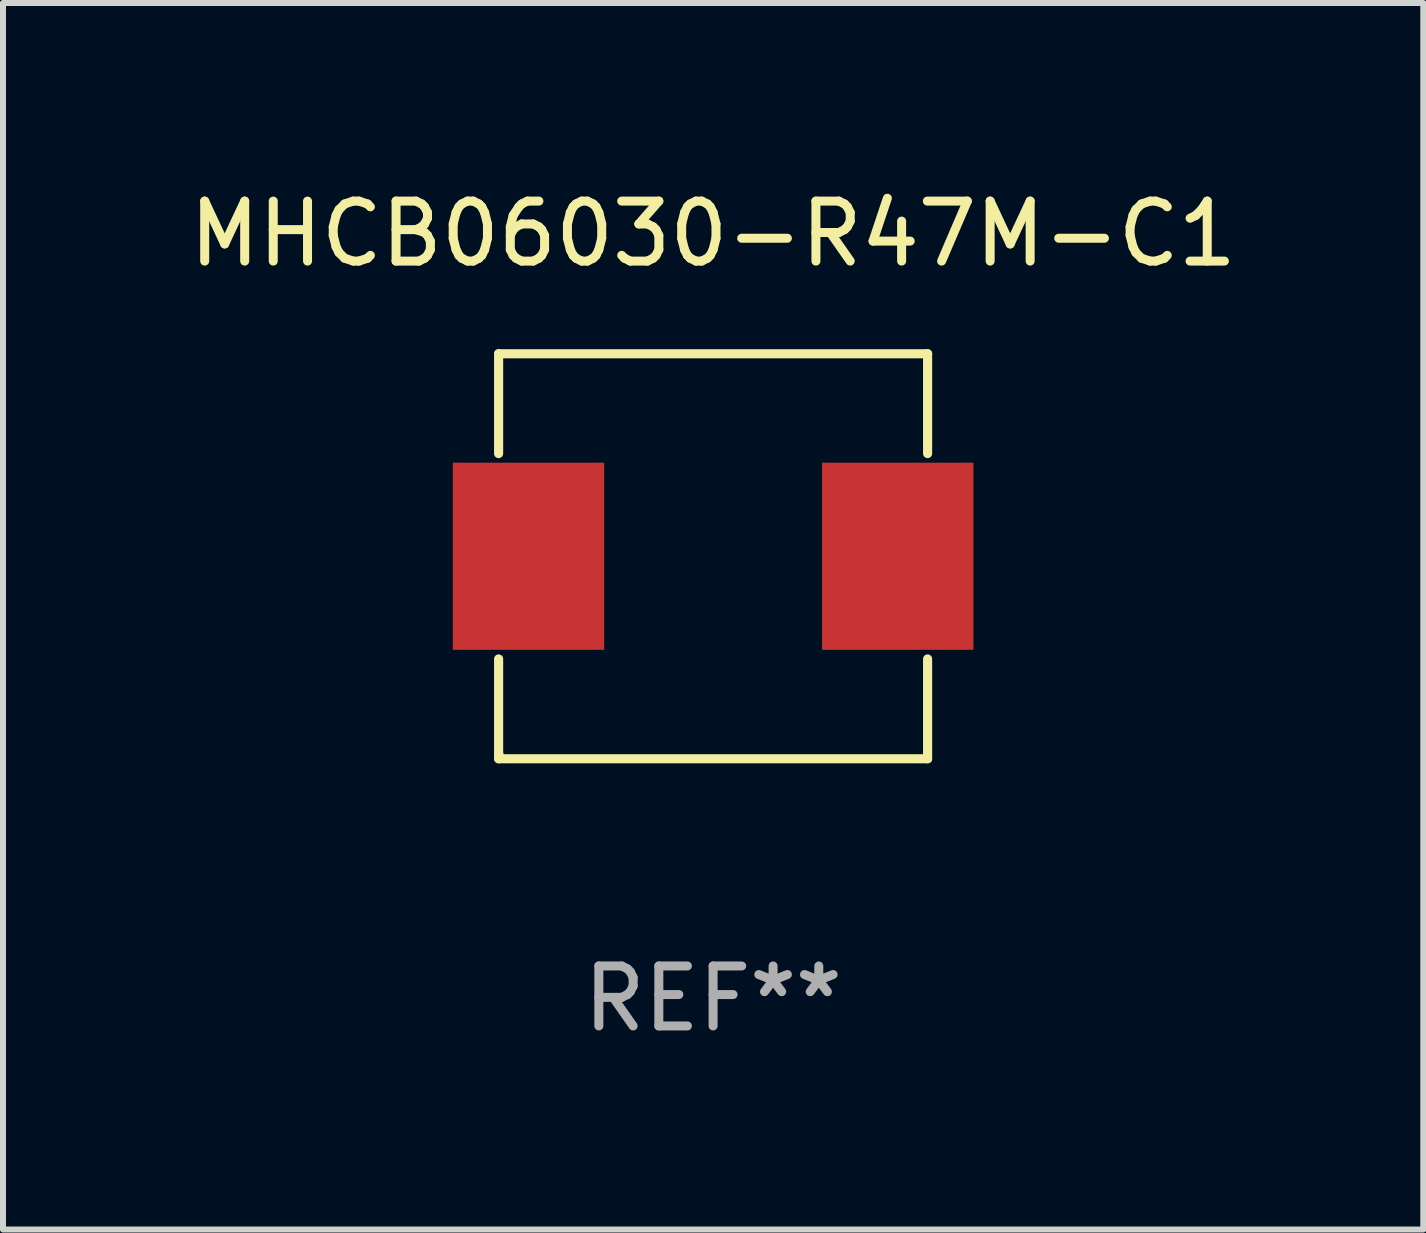
<source format=kicad_pcb>
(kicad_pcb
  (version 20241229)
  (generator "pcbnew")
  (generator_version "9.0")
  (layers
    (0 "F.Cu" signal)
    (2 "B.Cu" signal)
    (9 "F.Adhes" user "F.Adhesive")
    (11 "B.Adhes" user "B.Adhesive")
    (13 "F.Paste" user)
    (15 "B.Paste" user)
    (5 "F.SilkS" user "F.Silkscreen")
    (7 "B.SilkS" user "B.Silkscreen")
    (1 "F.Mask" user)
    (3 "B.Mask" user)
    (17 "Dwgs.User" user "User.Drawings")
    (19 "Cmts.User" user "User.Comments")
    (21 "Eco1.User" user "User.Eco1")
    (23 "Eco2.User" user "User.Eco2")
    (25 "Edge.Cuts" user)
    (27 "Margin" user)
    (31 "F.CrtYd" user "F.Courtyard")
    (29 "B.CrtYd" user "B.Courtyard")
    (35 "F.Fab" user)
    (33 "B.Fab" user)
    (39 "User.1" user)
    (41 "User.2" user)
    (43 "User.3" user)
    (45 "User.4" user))
  (footprint "MHCB06030-R47M-C1"
    (layer "F.Cu")
    (at 8.839 6.224)
    (property "Reference" "MHCB06030-R47M-C1" (at 0 -5.376 0) (layer "F.SilkS") (effects (font (size 1 1) (thickness 0.15))))
    (attr through_hole)
    (fp_line (start -3.576 -3.376) (end 3.576 -3.376) (stroke (width 0.152) (type solid)) (layer "F.SilkS"))
    (fp_line (start -3.576 -1.712) (end -3.576 -3.376) (stroke (width 0.152) (type solid)) (layer "F.SilkS"))
    (fp_line (start -3.576 1.712) (end -3.576 3.376) (stroke (width 0.152) (type solid)) (layer "F.SilkS"))
    (fp_line (start -3.576 3.376) (end 3.576 3.376) (stroke (width 0.152) (type solid)) (layer "F.SilkS"))
    (fp_line (start 3.576 -3.376) (end 3.576 -1.712) (stroke (width 0.152) (type solid)) (layer "F.SilkS"))
    (fp_line (start 3.576 3.376) (end 3.576 1.712) (stroke (width 0.152) (type solid)) (layer "F.SilkS"))
    (fp_circle (center -3.552 3.307) (end -3.522 3.307) (stroke (width 0.06) (type solid)) (fill no) (layer "F.SilkS"))
    (fp_text user "REF**" (at 0 7.376 0) (layer "F.Fab") (effects (font (size 1 1) (thickness 0.15))))
    (pad "1" smd rect (at -3.078 0) (size 2.524 3.12) (layers "F.Cu" "F.Mask" "F.Paste"))
    (pad "2" smd rect (at 3.078 0) (size 2.524 3.12) (layers "F.Cu" "F.Mask" "F.Paste")))
  (gr_rect
    (start -3 -3)
    (end 20.679 17.449)
    (stroke (width 0.1) (type default))
    (fill no)
    (layer "Edge.Cuts")))
</source>
